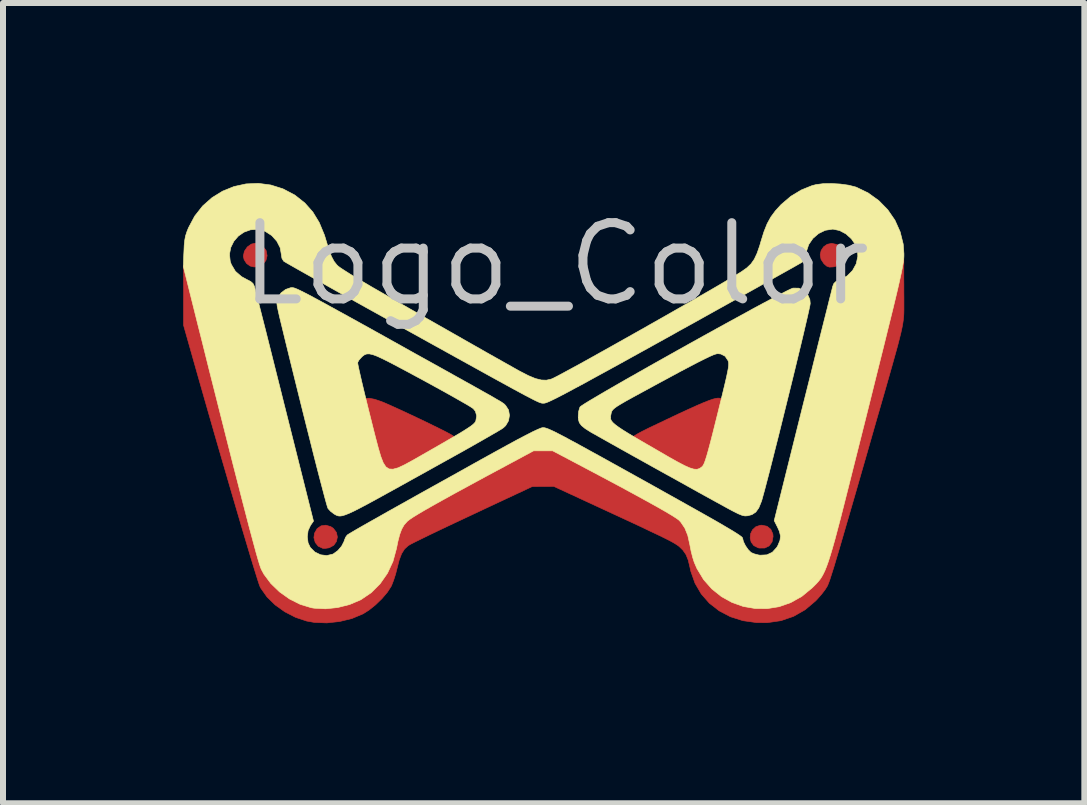
<source format=kicad_pcb>
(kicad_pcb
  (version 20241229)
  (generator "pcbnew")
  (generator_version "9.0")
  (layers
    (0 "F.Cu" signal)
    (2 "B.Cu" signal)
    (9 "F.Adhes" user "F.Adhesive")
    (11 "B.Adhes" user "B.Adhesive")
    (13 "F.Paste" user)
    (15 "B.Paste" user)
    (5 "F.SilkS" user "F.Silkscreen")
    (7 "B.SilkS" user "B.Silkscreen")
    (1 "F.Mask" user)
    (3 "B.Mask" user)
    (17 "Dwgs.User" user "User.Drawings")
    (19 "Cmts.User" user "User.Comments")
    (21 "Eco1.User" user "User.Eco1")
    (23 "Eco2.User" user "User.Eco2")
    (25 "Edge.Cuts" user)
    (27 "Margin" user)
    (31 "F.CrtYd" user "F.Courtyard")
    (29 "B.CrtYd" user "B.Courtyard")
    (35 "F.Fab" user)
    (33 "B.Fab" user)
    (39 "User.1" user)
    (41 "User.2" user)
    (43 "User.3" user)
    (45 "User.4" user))
  (footprint "Logo_Color"
    (layer "F.Cu")
    (at 5.999 3.71)
    (property "Reference" "Logo_Color" (at 0.21 -2.36 0) (layer "Dwgs.User") (effects (font (size 1.27 1.27) (thickness 0.15))))
    (attr through_hole)
    (fp_poly (pts (xy -4.727 -2.692) (xy -4.663 -2.648) (xy -4.618 -2.591) (xy -4.615 -2.585) (xy -4.599 -2.499) (xy -4.618 -2.422) (xy -4.665 -2.361) (xy -4.733 -2.322) (xy -4.815 -2.312) (xy -4.882 -2.328) (xy -4.941 -2.371) (xy -4.982 -2.435) (xy -4.995 -2.493) (xy -4.977 -2.574) (xy -4.929 -2.645) (xy -4.862 -2.693) (xy -4.792 -2.709) (xy -4.727 -2.692)) (stroke (width 0.01) (type solid)) (fill yes) (layer "F.Cu"))
    (fp_poly (pts (xy -3.538 2.014) (xy -3.494 2.044) (xy -3.444 2.111) (xy -3.428 2.187) (xy -3.444 2.262) (xy -3.489 2.325) (xy -3.562 2.365) (xy -3.567 2.367) (xy -3.627 2.376) (xy -3.672 2.375) (xy -3.747 2.34) (xy -3.797 2.278) (xy -3.819 2.198) (xy -3.809 2.124) (xy -3.765 2.047) (xy -3.699 2.001) (xy -3.621 1.99) (xy -3.538 2.014)) (stroke (width 0.01) (type solid)) (fill yes) (layer "F.Cu"))
    (fp_poly (pts (xy 3.73 2.008) (xy 3.793 2.059) (xy 3.827 2.136) (xy 3.831 2.179) (xy 3.814 2.269) (xy 3.765 2.335) (xy 3.693 2.37) (xy 3.603 2.371) (xy 3.583 2.367) (xy 3.51 2.33) (xy 3.466 2.272) (xy 3.449 2.203) (xy 3.457 2.131) (xy 3.489 2.066) (xy 3.544 2.016) (xy 3.62 1.991) (xy 3.645 1.99) (xy 3.73 2.008)) (stroke (width 0.01) (type solid)) (fill yes) (layer "F.Cu"))
    (fp_poly (pts (xy 4.89 -2.688) (xy 4.905 -2.68) (xy 4.972 -2.624) (xy 5.005 -2.548) (xy 5 -2.46) (xy 4.996 -2.448) (xy 4.965 -2.378) (xy 4.919 -2.337) (xy 4.847 -2.316) (xy 4.828 -2.313) (xy 4.768 -2.31) (xy 4.725 -2.326) (xy 4.679 -2.366) (xy 4.63 -2.439) (xy 4.616 -2.515) (xy 4.632 -2.587) (xy 4.673 -2.648) (xy 4.733 -2.69) (xy 4.807 -2.705) (xy 4.89 -2.688)) (stroke (width 0.01) (type solid)) (fill yes) (layer "F.Cu"))
    (fp_poly (pts (xy -2.808 -0.108) (xy -2.695 -0.07) (xy -2.634 -0.045) (xy -2.519 0.006) (xy -2.389 0.065) (xy -2.251 0.129) (xy -2.109 0.196) (xy -1.97 0.262) (xy -1.839 0.326) (xy -1.721 0.384) (xy -1.622 0.434) (xy -1.549 0.473) (xy -1.506 0.498) (xy -1.498 0.504) (xy -1.476 0.54) (xy -1.477 0.564) (xy -1.499 0.581) (xy -1.553 0.615) (xy -1.632 0.664) (xy -1.734 0.725) (xy -1.851 0.794) (xy -1.943 0.847) (xy -2.104 0.939) (xy -2.234 1.009) (xy -2.337 1.061) (xy -2.419 1.096) (xy -2.484 1.114) (xy -2.536 1.119) (xy -2.581 1.111) (xy -2.623 1.091) (xy -2.638 1.082) (xy -2.695 1.028) (xy -2.737 0.944) (xy -2.74 0.935) (xy -2.762 0.862) (xy -2.79 0.764) (xy -2.821 0.649) (xy -2.853 0.523) (xy -2.886 0.392) (xy -2.917 0.264) (xy -2.944 0.146) (xy -2.967 0.043) (xy -2.983 -0.036) (xy -2.991 -0.085) (xy -2.991 -0.097) (xy -2.96 -0.122) (xy -2.898 -0.125) (xy -2.808 -0.108)) (stroke (width 0.01) (type solid)) (fill yes) (layer "F.Cu"))
    (fp_poly (pts (xy 2.973 -0.123) (xy 3.01 -0.112) (xy 3.015 -0.108) (xy 3.014 -0.082) (xy 3.003 -0.022) (xy 2.984 0.065) (xy 2.959 0.174) (xy 2.93 0.296) (xy 2.897 0.426) (xy 2.864 0.557) (xy 2.831 0.682) (xy 2.8 0.794) (xy 2.773 0.888) (xy 2.752 0.955) (xy 2.738 0.99) (xy 2.738 0.991) (xy 2.681 1.051) (xy 2.604 1.098) (xy 2.524 1.121) (xy 2.508 1.121) (xy 2.465 1.11) (xy 2.386 1.075) (xy 2.272 1.017) (xy 2.123 0.937) (xy 1.968 0.85) (xy 1.825 0.767) (xy 1.702 0.693) (xy 1.603 0.631) (xy 1.532 0.583) (xy 1.492 0.552) (xy 1.485 0.542) (xy 1.492 0.525) (xy 1.519 0.501) (xy 1.572 0.469) (xy 1.653 0.425) (xy 1.767 0.368) (xy 1.845 0.331) (xy 2.074 0.222) (xy 2.268 0.13) (xy 2.431 0.055) (xy 2.564 -0.005) (xy 2.673 -0.052) (xy 2.759 -0.086) (xy 2.825 -0.109) (xy 2.875 -0.122) (xy 2.912 -0.127) (xy 2.916 -0.127) (xy 2.973 -0.123)) (stroke (width 0.01) (type solid)) (fill yes) (layer "F.Cu"))
    (fp_poly (pts (xy 6.009 -2.45) (xy 6.009 -2.25) (xy 6.009 -2.207) (xy 6.009 -2.169) (xy 6.009 -2.108) (xy 6.01 -2.02) (xy 6.01 -1.897) (xy 6.011 -1.809) (xy 6.011 -1.73) (xy 6.011 -1.661) (xy 6.011 -1.6) (xy 6.01 -1.544) (xy 6.007 -1.488) (xy 6.001 -1.431) (xy 5.992 -1.368) (xy 5.979 -1.298) (xy 5.961 -1.216) (xy 5.937 -1.12) (xy 5.908 -1.006) (xy 5.871 -0.873) (xy 5.827 -0.715) (xy 5.775 -0.531) (xy 5.714 -0.317) (xy 5.643 -0.07) (xy 5.561 0.213) (xy 5.513 0.381) (xy 5.405 0.759) (xy 5.307 1.099) (xy 5.22 1.402) (xy 5.142 1.671) (xy 5.073 1.908) (xy 5.013 2.114) (xy 4.961 2.293) (xy 4.916 2.446) (xy 4.877 2.576) (xy 4.845 2.684) (xy 4.817 2.772) (xy 4.794 2.844) (xy 4.776 2.901) (xy 4.76 2.944) (xy 4.747 2.977) (xy 4.737 3.001) (xy 4.736 3.003) (xy 4.699 3.062) (xy 4.642 3.137) (xy 4.573 3.216) (xy 4.54 3.251) (xy 4.365 3.399) (xy 4.172 3.509) (xy 3.962 3.581) (xy 3.734 3.614) (xy 3.557 3.613) (xy 3.329 3.581) (xy 3.12 3.515) (xy 2.932 3.416) (xy 2.769 3.289) (xy 2.634 3.135) (xy 2.53 2.956) (xy 2.46 2.757) (xy 2.447 2.697) (xy 2.418 2.574) (xy 2.381 2.481) (xy 2.329 2.406) (xy 2.274 2.352) (xy 2.253 2.334) (xy 2.225 2.315) (xy 2.19 2.293) (xy 2.143 2.266) (xy 2.082 2.234) (xy 2.004 2.195) (xy 1.905 2.147) (xy 1.784 2.09) (xy 1.638 2.02) (xy 1.462 1.938) (xy 1.255 1.842) (xy 1.013 1.73) (xy 0.92 1.687) (xy 0.179 1.344) (xy -0.001 1.345) (xy -0.181 1.346) (xy -0.615 1.549) (xy -0.944 1.703) (xy -1.235 1.84) (xy -1.489 1.959) (xy -1.706 2.062) (xy -1.886 2.148) (xy -2.029 2.218) (xy -2.137 2.271) (xy -2.209 2.308) (xy -2.246 2.33) (xy -2.248 2.331) (xy -2.309 2.387) (xy -2.358 2.465) (xy -2.398 2.57) (xy -2.432 2.703) (xy -2.458 2.805) (xy -2.491 2.907) (xy -2.523 2.99) (xy -2.532 3.009) (xy -2.595 3.107) (xy -2.685 3.213) (xy -2.791 3.316) (xy -2.902 3.405) (xy -3 3.467) (xy -3.186 3.545) (xy -3.392 3.595) (xy -3.604 3.618) (xy -3.811 3.61) (xy -3.94 3.587) (xy -4.126 3.525) (xy -4.304 3.433) (xy -4.464 3.319) (xy -4.6 3.186) (xy -4.702 3.042) (xy -4.716 3.016) (xy -4.729 2.982) (xy -4.753 2.91) (xy -4.786 2.804) (xy -4.829 2.665) (xy -4.88 2.497) (xy -4.938 2.303) (xy -5.003 2.085) (xy -5.073 1.847) (xy -5.148 1.591) (xy -5.227 1.321) (xy -5.309 1.039) (xy -5.394 0.748) (xy -5.48 0.451) (xy -5.566 0.151) (xy -5.652 -0.149) (xy -5.737 -0.447) (xy -5.781 -0.602) (xy -5.991 -1.342) (xy -5.991 -1.737) (xy -5.99 -1.892) (xy -5.991 -2.007) (xy -5.991 -2.08) (xy -5.991 -2.141) (xy -5.991 -2.17) (xy -5.991 -2.34) (xy -5.912 -2.163) (xy -5.904 -2.14) (xy -5.886 -2.08) (xy -5.859 -1.985) (xy -5.824 -1.857) (xy -5.783 -1.701) (xy -5.735 -1.518) (xy -5.682 -1.313) (xy -5.624 -1.088) (xy -5.563 -0.846) (xy -5.498 -0.59) (xy -5.454 -0.412) (xy -5.347 0.014) (xy -5.25 0.402) (xy -5.162 0.752) (xy -5.082 1.066) (xy -5.011 1.347) (xy -4.947 1.595) (xy -4.89 1.814) (xy -4.841 2.004) (xy -4.797 2.169) (xy -4.759 2.308) (xy -4.726 2.425) (xy -4.698 2.521) (xy -4.675 2.598) (xy -4.655 2.658) (xy -4.638 2.702) (xy -4.624 2.733) (xy -4.624 2.734) (xy -4.554 2.842) (xy -4.456 2.955) (xy -4.339 3.062) (xy -4.216 3.154) (xy -4.132 3.202) (xy -3.968 3.271) (xy -3.809 3.31) (xy -3.638 3.32) (xy -3.557 3.318) (xy -3.339 3.284) (xy -3.138 3.213) (xy -2.956 3.105) (xy -2.796 2.963) (xy -2.662 2.79) (xy -2.596 2.673) (xy -2.569 2.607) (xy -2.539 2.513) (xy -2.509 2.404) (xy -2.489 2.317) (xy -2.453 2.166) (xy -2.414 2.05) (xy -2.368 1.96) (xy -2.311 1.889) (xy -2.239 1.829) (xy -2.218 1.815) (xy -2.144 1.769) (xy -2.042 1.708) (xy -1.916 1.636) (xy -1.77 1.554) (xy -1.609 1.465) (xy -1.438 1.372) (xy -1.26 1.276) (xy -1.08 1.18) (xy -0.904 1.086) (xy -0.734 0.997) (xy -0.576 0.915) (xy -0.434 0.843) (xy -0.313 0.783) (xy -0.216 0.737) (xy -0.149 0.707) (xy -0.122 0.697) (xy -0.073 0.687) (xy -0.025 0.681) (xy 0.024 0.681) (xy 0.079 0.689) (xy 0.143 0.707) (xy 0.219 0.734) (xy 0.311 0.774) (xy 0.422 0.826) (xy 0.556 0.893) (xy 0.716 0.977) (xy 0.905 1.077) (xy 1.127 1.196) (xy 1.185 1.227) (xy 1.43 1.36) (xy 1.642 1.475) (xy 1.821 1.574) (xy 1.972 1.66) (xy 2.096 1.734) (xy 2.197 1.8) (xy 2.277 1.858) (xy 2.34 1.912) (xy 2.387 1.964) (xy 2.422 2.015) (xy 2.447 2.069) (xy 2.465 2.127) (xy 2.48 2.191) (xy 2.493 2.264) (xy 2.495 2.276) (xy 2.549 2.508) (xy 2.63 2.709) (xy 2.739 2.883) (xy 2.878 3.033) (xy 2.882 3.037) (xy 3.005 3.129) (xy 3.153 3.21) (xy 3.309 3.273) (xy 3.424 3.303) (xy 3.562 3.319) (xy 3.714 3.318) (xy 3.864 3.301) (xy 3.996 3.271) (xy 4.024 3.261) (xy 4.18 3.185) (xy 4.333 3.08) (xy 4.472 2.955) (xy 4.588 2.819) (xy 4.656 2.71) (xy 4.672 2.668) (xy 4.697 2.586) (xy 4.732 2.465) (xy 4.775 2.305) (xy 4.828 2.109) (xy 4.889 1.876) (xy 4.958 1.608) (xy 5.036 1.306) (xy 5.121 0.971) (xy 5.213 0.604) (xy 5.313 0.205) (xy 5.42 -0.224) (xy 5.533 -0.679) (xy 5.594 -0.925) (xy 5.653 -1.16) (xy 5.708 -1.379) (xy 5.758 -1.581) (xy 5.804 -1.761) (xy 5.843 -1.916) (xy 5.876 -2.043) (xy 5.901 -2.138) (xy 5.918 -2.199) (xy 5.925 -2.222) (xy 5.957 -2.239) (xy 5.977 -2.237)) (stroke (width 0.01) (type solid)) (fill yes) (layer "F.Cu"))
    (fp_poly (pts (xy -4.727 -2.692) (xy -4.663 -2.648) (xy -4.618 -2.591) (xy -4.615 -2.585) (xy -4.599 -2.499) (xy -4.618 -2.422) (xy -4.665 -2.361) (xy -4.733 -2.322) (xy -4.815 -2.312) (xy -4.882 -2.328) (xy -4.941 -2.371) (xy -4.982 -2.435) (xy -4.995 -2.493) (xy -4.977 -2.574) (xy -4.929 -2.645) (xy -4.862 -2.693) (xy -4.792 -2.709) (xy -4.727 -2.692)) (stroke (width 0.01) (type solid)) (fill yes) (layer "F.Mask"))
    (fp_poly (pts (xy -3.538 2.014) (xy -3.494 2.044) (xy -3.444 2.111) (xy -3.428 2.187) (xy -3.444 2.262) (xy -3.489 2.325) (xy -3.562 2.365) (xy -3.567 2.367) (xy -3.627 2.376) (xy -3.672 2.375) (xy -3.747 2.34) (xy -3.797 2.278) (xy -3.819 2.198) (xy -3.809 2.124) (xy -3.765 2.047) (xy -3.699 2.001) (xy -3.621 1.99) (xy -3.538 2.014)) (stroke (width 0.01) (type solid)) (fill yes) (layer "F.Mask"))
    (fp_poly (pts (xy 3.73 2.008) (xy 3.793 2.059) (xy 3.827 2.136) (xy 3.831 2.179) (xy 3.814 2.269) (xy 3.765 2.335) (xy 3.693 2.37) (xy 3.603 2.371) (xy 3.583 2.367) (xy 3.51 2.33) (xy 3.466 2.272) (xy 3.449 2.203) (xy 3.457 2.131) (xy 3.489 2.066) (xy 3.544 2.016) (xy 3.62 1.991) (xy 3.645 1.99) (xy 3.73 2.008)) (stroke (width 0.01) (type solid)) (fill yes) (layer "F.Mask"))
    (fp_poly (pts (xy 4.89 -2.688) (xy 4.905 -2.68) (xy 4.972 -2.624) (xy 5.005 -2.548) (xy 5 -2.46) (xy 4.996 -2.448) (xy 4.965 -2.378) (xy 4.919 -2.337) (xy 4.847 -2.316) (xy 4.828 -2.313) (xy 4.768 -2.31) (xy 4.725 -2.326) (xy 4.679 -2.366) (xy 4.63 -2.439) (xy 4.616 -2.515) (xy 4.632 -2.587) (xy 4.673 -2.648) (xy 4.733 -2.69) (xy 4.807 -2.705) (xy 4.89 -2.688)) (stroke (width 0.01) (type solid)) (fill yes) (layer "F.Mask"))
    (fp_poly (pts (xy -2.808 -0.108) (xy -2.695 -0.07) (xy -2.634 -0.045) (xy -2.519 0.006) (xy -2.389 0.065) (xy -2.251 0.129) (xy -2.109 0.196) (xy -1.97 0.262) (xy -1.839 0.326) (xy -1.721 0.384) (xy -1.622 0.434) (xy -1.549 0.473) (xy -1.506 0.498) (xy -1.498 0.504) (xy -1.476 0.54) (xy -1.477 0.564) (xy -1.499 0.581) (xy -1.553 0.615) (xy -1.632 0.664) (xy -1.734 0.725) (xy -1.851 0.794) (xy -1.943 0.847) (xy -2.104 0.939) (xy -2.234 1.009) (xy -2.337 1.061) (xy -2.419 1.096) (xy -2.484 1.114) (xy -2.536 1.119) (xy -2.581 1.111) (xy -2.623 1.091) (xy -2.638 1.082) (xy -2.695 1.028) (xy -2.737 0.944) (xy -2.74 0.935) (xy -2.762 0.862) (xy -2.79 0.764) (xy -2.821 0.649) (xy -2.853 0.523) (xy -2.886 0.392) (xy -2.917 0.264) (xy -2.944 0.146) (xy -2.967 0.043) (xy -2.983 -0.036) (xy -2.991 -0.085) (xy -2.991 -0.097) (xy -2.96 -0.122) (xy -2.898 -0.125) (xy -2.808 -0.108)) (stroke (width 0.01) (type solid)) (fill yes) (layer "F.Mask"))
    (fp_poly (pts (xy 2.973 -0.123) (xy 3.01 -0.112) (xy 3.015 -0.108) (xy 3.014 -0.082) (xy 3.003 -0.022) (xy 2.984 0.065) (xy 2.959 0.174) (xy 2.93 0.296) (xy 2.897 0.426) (xy 2.864 0.557) (xy 2.831 0.682) (xy 2.8 0.794) (xy 2.773 0.888) (xy 2.752 0.955) (xy 2.738 0.99) (xy 2.738 0.991) (xy 2.681 1.051) (xy 2.604 1.098) (xy 2.524 1.121) (xy 2.508 1.121) (xy 2.465 1.11) (xy 2.386 1.075) (xy 2.272 1.017) (xy 2.123 0.937) (xy 1.968 0.85) (xy 1.825 0.767) (xy 1.702 0.693) (xy 1.603 0.631) (xy 1.532 0.583) (xy 1.492 0.552) (xy 1.485 0.542) (xy 1.492 0.525) (xy 1.519 0.501) (xy 1.572 0.469) (xy 1.653 0.425) (xy 1.767 0.368) (xy 1.845 0.331) (xy 2.074 0.222) (xy 2.268 0.13) (xy 2.431 0.055) (xy 2.564 -0.005) (xy 2.673 -0.052) (xy 2.759 -0.086) (xy 2.825 -0.109) (xy 2.875 -0.122) (xy 2.912 -0.127) (xy 2.916 -0.127) (xy 2.973 -0.123)) (stroke (width 0.01) (type solid)) (fill yes) (layer "F.Mask"))
    (fp_poly (pts (xy 6.006 -1.951) (xy 6.008 -1.779) (xy 6.008 -1.643) (xy 6.007 -1.536) (xy 6.004 -1.452) (xy 5.998 -1.384) (xy 5.991 -1.326) (xy 5.98 -1.271) (xy 5.968 -1.222) (xy 5.955 -1.173) (xy 5.931 -1.087) (xy 5.898 -0.968) (xy 5.856 -0.818) (xy 5.806 -0.643) (xy 5.75 -0.446) (xy 5.688 -0.23) (xy 5.622 0.002) (xy 5.553 0.244) (xy 5.481 0.495) (xy 5.408 0.749) (xy 5.335 1.004) (xy 5.263 1.256) (xy 5.192 1.501) (xy 5.124 1.735) (xy 5.061 1.955) (xy 5.002 2.157) (xy 4.949 2.338) (xy 4.944 2.358) (xy 4.899 2.509) (xy 4.855 2.651) (xy 4.815 2.779) (xy 4.78 2.885) (xy 4.753 2.962) (xy 4.736 3.003) (xy 4.7 3.062) (xy 4.642 3.137) (xy 4.573 3.216) (xy 4.54 3.251) (xy 4.366 3.399) (xy 4.173 3.509) (xy 3.962 3.581) (xy 3.735 3.614) (xy 3.558 3.613) (xy 3.33 3.581) (xy 3.121 3.515) (xy 2.933 3.416) (xy 2.77 3.289) (xy 2.635 3.135) (xy 2.531 2.956) (xy 2.461 2.757) (xy 2.448 2.697) (xy 2.419 2.574) (xy 2.381 2.481) (xy 2.33 2.406) (xy 2.275 2.352) (xy 2.253 2.334) (xy 2.226 2.315) (xy 2.19 2.293) (xy 2.144 2.266) (xy 2.083 2.234) (xy 2.004 2.195) (xy 1.906 2.147) (xy 1.785 2.09) (xy 1.638 2.02) (xy 1.463 1.938) (xy 1.256 1.842) (xy 1.014 1.73) (xy 0.921 1.687) (xy 0.18 1.344) (xy 0 1.345) (xy -0.18 1.346) (xy -0.614 1.549) (xy -0.943 1.703) (xy -1.235 1.84) (xy -1.488 1.959) (xy -1.705 2.062) (xy -1.885 2.148) (xy -2.028 2.218) (xy -2.136 2.271) (xy -2.208 2.308) (xy -2.246 2.33) (xy -2.247 2.331) (xy -2.308 2.387) (xy -2.357 2.465) (xy -2.398 2.57) (xy -2.432 2.703) (xy -2.458 2.805) (xy -2.49 2.907) (xy -2.522 2.99) (xy -2.531 3.009) (xy -2.594 3.107) (xy -2.684 3.213) (xy -2.79 3.316) (xy -2.901 3.405) (xy -2.999 3.467) (xy -3.185 3.545) (xy -3.391 3.595) (xy -3.603 3.618) (xy -3.81 3.61) (xy -3.939 3.587) (xy -4.125 3.525) (xy -4.303 3.433) (xy -4.463 3.319) (xy -4.599 3.186) (xy -4.702 3.042) (xy -4.715 3.016) (xy -4.728 2.982) (xy -4.752 2.91) (xy -4.785 2.804) (xy -4.828 2.665) (xy -4.879 2.497) (xy -4.937 2.303) (xy -5.002 2.085) (xy -5.072 1.847) (xy -5.147 1.591) (xy -5.226 1.321) (xy -5.309 1.039) (xy -5.393 0.748) (xy -5.479 0.451) (xy -5.565 0.151) (xy -5.651 -0.149) (xy -5.736 -0.447) (xy -5.78 -0.602) (xy -5.99 -1.342) (xy -5.99 -1.882) (xy -5.989 -2.067) (xy -5.987 -2.211) (xy -5.983 -2.314) (xy -5.978 -2.377) (xy -5.971 -2.401) (xy -5.969 -2.4) (xy -5.961 -2.377) (xy -5.943 -2.315) (xy -5.917 -2.218) (xy -5.882 -2.088) (xy -5.84 -1.928) (xy -5.791 -1.74) (xy -5.736 -1.528) (xy -5.676 -1.293) (xy -5.611 -1.038) (xy -5.542 -0.767) (xy -5.47 -0.482) (xy -5.399 -0.2) (xy -5.296 0.207) (xy -5.204 0.575) (xy -5.121 0.906) (xy -5.046 1.202) (xy -4.979 1.465) (xy -4.92 1.698) (xy -4.867 1.903) (xy -4.82 2.081) (xy -4.779 2.234) (xy -4.742 2.366) (xy -4.71 2.477) (xy -4.68 2.571) (xy -4.654 2.648) (xy -4.63 2.712) (xy -4.607 2.764) (xy -4.586 2.806) (xy -4.564 2.84) (xy -4.542 2.87) (xy -4.52 2.895) (xy -4.495 2.92) (xy -4.468 2.945) (xy -4.439 2.973) (xy -4.424 2.987) (xy -4.253 3.13) (xy -4.07 3.233) (xy -3.874 3.296) (xy -3.663 3.32) (xy -3.556 3.318) (xy -3.339 3.284) (xy -3.137 3.213) (xy -2.955 3.105) (xy -2.796 2.963) (xy -2.661 2.79) (xy -2.595 2.673) (xy -2.568 2.607) (xy -2.538 2.513) (xy -2.508 2.404) (xy -2.488 2.317) (xy -2.452 2.166) (xy -2.413 2.05) (xy -2.368 1.96) (xy -2.311 1.889) (xy -2.238 1.829) (xy -2.218 1.815) (xy -2.144 1.769) (xy -2.041 1.708) (xy -1.915 1.636) (xy -1.769 1.554) (xy -1.608 1.465) (xy -1.437 1.372) (xy -1.259 1.276) (xy -1.08 1.18) (xy -0.903 1.086) (xy -0.733 0.997) (xy -0.575 0.915) (xy -0.434 0.843) (xy -0.312 0.783) (xy -0.216 0.737) (xy -0.148 0.707) (xy -0.121 0.697) (xy -0.072 0.687) (xy -0.025 0.681) (xy 0.025 0.681) (xy 0.08 0.689) (xy 0.144 0.707) (xy 0.22 0.734) (xy 0.312 0.774) (xy 0.423 0.826) (xy 0.557 0.893) (xy 0.717 0.977) (xy 0.906 1.077) (xy 1.128 1.196) (xy 1.185 1.227) (xy 1.431 1.36) (xy 1.642 1.475) (xy 1.822 1.574) (xy 1.973 1.66) (xy 2.097 1.734) (xy 2.198 1.8) (xy 2.278 1.858) (xy 2.341 1.912) (xy 2.388 1.964) (xy 2.423 2.015) (xy 2.448 2.069) (xy 2.466 2.127) (xy 2.48 2.191) (xy 2.493 2.264) (xy 2.496 2.276) (xy 2.55 2.508) (xy 2.631 2.709) (xy 2.74 2.883) (xy 2.879 3.033) (xy 2.883 3.037) (xy 3.006 3.129) (xy 3.154 3.21) (xy 3.31 3.273) (xy 3.425 3.303) (xy 3.562 3.319) (xy 3.715 3.318) (xy 3.865 3.301) (xy 3.996 3.271) (xy 4.024 3.261) (xy 4.18 3.186) (xy 4.332 3.082) (xy 4.471 2.958) (xy 4.586 2.822) (xy 4.656 2.711) (xy 4.673 2.667) (xy 4.699 2.582) (xy 4.735 2.456) (xy 4.781 2.29) (xy 4.836 2.083) (xy 4.9 1.837) (xy 4.974 1.551) (xy 5.057 1.226) (xy 5.149 0.861) (xy 5.251 0.457) (xy 5.361 0.015) (xy 5.48 -0.466) (xy 5.483 -0.476) (xy 5.546 -0.732) (xy 5.608 -0.981) (xy 5.668 -1.219) (xy 5.724 -1.443) (xy 5.776 -1.649) (xy 5.822 -1.832) (xy 5.862 -1.99) (xy 5.895 -2.117) (xy 5.919 -2.211) (xy 5.933 -2.263) (xy 6.012 -2.555) (xy 6.008 -1.965)) (stroke (width 0.01) (type solid)) (fill yes) (layer "F.Mask"))
    (fp_poly (pts (xy -4.168 -1.967) (xy -4.149 -1.963) (xy -4.124 -1.954) (xy -4.09 -1.94) (xy -4.046 -1.919) (xy -3.988 -1.89) (xy -3.915 -1.853) (xy -3.826 -1.805) (xy -3.716 -1.746) (xy -3.586 -1.675) (xy -3.432 -1.59) (xy -3.252 -1.491) (xy -3.044 -1.376) (xy -2.806 -1.244) (xy -2.537 -1.094) (xy -2.233 -0.924) (xy -2.138 -0.871) (xy -1.871 -0.723) (xy -1.639 -0.594) (xy -1.439 -0.482) (xy -1.268 -0.387) (xy -1.125 -0.307) (xy -1.006 -0.24) (xy -0.909 -0.186) (xy -0.832 -0.142) (xy -0.773 -0.107) (xy -0.727 -0.081) (xy -0.694 -0.061) (xy -0.671 -0.045) (xy -0.655 -0.034) (xy -0.644 -0.025) (xy -0.636 -0.016) (xy -0.627 -0.007) (xy -0.625 -0.005) (xy -0.576 0.071) (xy -0.561 0.16) (xy -0.577 0.251) (xy -0.624 0.331) (xy -0.662 0.367) (xy -0.699 0.392) (xy -0.768 0.433) (xy -0.87 0.492) (xy -1.004 0.569) (xy -1.173 0.665) (xy -1.375 0.779) (xy -1.613 0.911) (xy -1.886 1.063) (xy -2.196 1.235) (xy -2.381 1.338) (xy -2.597 1.457) (xy -2.778 1.557) (xy -2.929 1.639) (xy -3.054 1.705) (xy -3.154 1.756) (xy -3.234 1.793) (xy -3.297 1.818) (xy -3.346 1.833) (xy -3.385 1.838) (xy -3.416 1.835) (xy -3.444 1.825) (xy -3.472 1.81) (xy -3.486 1.801) (xy -3.541 1.759) (xy -3.582 1.714) (xy -3.585 1.71) (xy -3.595 1.682) (xy -3.614 1.616) (xy -3.642 1.514) (xy -3.677 1.381) (xy -3.72 1.218) (xy -3.769 1.029) (xy -3.823 0.817) (xy -3.881 0.585) (xy -3.944 0.336) (xy -4.01 0.072) (xy -4.078 -0.202) (xy -4.148 -0.485) (xy -4.205 -0.716) (xy -3.09 -0.716) (xy -3.085 -0.684) (xy -3.071 -0.616) (xy -3.049 -0.518) (xy -3.021 -0.396) (xy -2.987 -0.254) (xy -2.949 -0.098) (xy -2.909 0.066) (xy -2.867 0.233) (xy -2.826 0.397) (xy -2.792 0.53) (xy -2.745 0.708) (xy -2.704 0.847) (xy -2.664 0.95) (xy -2.62 1.018) (xy -2.567 1.053) (xy -2.501 1.057) (xy -2.416 1.034) (xy -2.308 0.983) (xy -2.172 0.909) (xy -2.058 0.844) (xy -1.85 0.725) (xy -1.676 0.625) (xy -1.533 0.542) (xy -1.417 0.474) (xy -1.326 0.419) (xy -1.257 0.375) (xy -1.205 0.34) (xy -1.169 0.312) (xy -1.145 0.289) (xy -1.13 0.27) (xy -1.122 0.254) (xy -1.107 0.17) (xy -1.128 0.093) (xy -1.164 0.048) (xy -1.198 0.025) (xy -1.266 -0.017) (xy -1.364 -0.073) (xy -1.487 -0.143) (xy -1.631 -0.224) (xy -1.793 -0.313) (xy -1.968 -0.409) (xy -2.153 -0.509) (xy -2.343 -0.611) (xy -2.381 -0.631) (xy -2.538 -0.714) (xy -2.663 -0.777) (xy -2.761 -0.823) (xy -2.836 -0.851) (xy -2.894 -0.864) (xy -2.939 -0.863) (xy -2.976 -0.849) (xy -3.01 -0.824) (xy -3.028 -0.806) (xy -3.068 -0.761) (xy -3.089 -0.723) (xy -3.09 -0.716) (xy -4.205 -0.716) (xy -4.219 -0.773) (xy -4.29 -1.063) (xy -4.36 -1.352) (xy -4.361 -1.355) (xy -4.393 -1.487) (xy -4.415 -1.585) (xy -4.43 -1.656) (xy -4.436 -1.706) (xy -4.436 -1.742) (xy -4.43 -1.772) (xy -4.419 -1.801) (xy -4.417 -1.804) (xy -4.366 -1.881) (xy -4.29 -1.938) (xy -4.205 -1.967) (xy -4.182 -1.968) (xy -4.168 -1.967)) (stroke (width 0.01) (type solid)) (fill yes) (layer "F.SilkS"))
    (fp_poly (pts (xy 4.259 -1.959) (xy 4.342 -1.922) (xy 4.406 -1.856) (xy 4.444 -1.769) (xy 4.45 -1.705) (xy 4.445 -1.671) (xy 4.43 -1.601) (xy 4.407 -1.497) (xy 4.376 -1.364) (xy 4.339 -1.205) (xy 4.296 -1.025) (xy 4.248 -0.827) (xy 4.197 -0.615) (xy 4.143 -0.394) (xy 4.087 -0.167) (xy 4.03 0.063) (xy 3.974 0.29) (xy 3.919 0.512) (xy 3.865 0.724) (xy 3.815 0.923) (xy 3.769 1.104) (xy 3.727 1.264) (xy 3.692 1.398) (xy 3.663 1.503) (xy 3.643 1.576) (xy 3.636 1.596) (xy 3.593 1.702) (xy 3.543 1.772) (xy 3.479 1.814) (xy 3.407 1.833) (xy 3.363 1.836) (xy 3.315 1.826) (xy 3.251 1.8) (xy 3.163 1.756) (xy 3.152 1.75) (xy 3.097 1.721) (xy 3.01 1.673) (xy 2.895 1.61) (xy 2.757 1.534) (xy 2.599 1.447) (xy 2.427 1.351) (xy 2.244 1.249) (xy 2.054 1.144) (xy 1.863 1.038) (xy 1.675 0.933) (xy 1.493 0.832) (xy 1.323 0.737) (xy 1.168 0.65) (xy 1.033 0.574) (xy 0.923 0.512) (xy 0.841 0.466) (xy 0.793 0.439) (xy 0.7 0.38) (xy 0.639 0.33) (xy 0.603 0.282) (xy 0.587 0.225) (xy 0.586 0.198) (xy 1.123 0.198) (xy 1.126 0.224) (xy 1.138 0.251) (xy 1.162 0.28) (xy 1.2 0.314) (xy 1.255 0.355) (xy 1.33 0.405) (xy 1.427 0.465) (xy 1.551 0.539) (xy 1.702 0.627) (xy 1.885 0.733) (xy 2.095 0.855) (xy 2.24 0.936) (xy 2.354 0.996) (xy 2.442 1.035) (xy 2.511 1.056) (xy 2.564 1.059) (xy 2.608 1.045) (xy 2.646 1.017) (xy 2.654 1.01) (xy 2.668 0.99) (xy 2.685 0.956) (xy 2.704 0.903) (xy 2.727 0.83) (xy 2.755 0.731) (xy 2.789 0.603) (xy 2.83 0.443) (xy 2.879 0.247) (xy 2.906 0.139) (xy 2.957 -0.068) (xy 2.998 -0.237) (xy 3.031 -0.374) (xy 3.056 -0.482) (xy 3.073 -0.564) (xy 3.085 -0.627) (xy 3.09 -0.672) (xy 3.091 -0.705) (xy 3.088 -0.729) (xy 3.082 -0.749) (xy 3.08 -0.753) (xy 3.032 -0.825) (xy 2.961 -0.862) (xy 2.908 -0.868) (xy 2.881 -0.863) (xy 2.837 -0.848) (xy 2.775 -0.821) (xy 2.69 -0.78) (xy 2.582 -0.726) (xy 2.448 -0.656) (xy 2.284 -0.57) (xy 2.09 -0.465) (xy 1.862 -0.342) (xy 1.789 -0.302) (xy 1.618 -0.209) (xy 1.48 -0.134) (xy 1.372 -0.074) (xy 1.29 -0.026) (xy 1.23 0.011) (xy 1.189 0.041) (xy 1.162 0.066) (xy 1.146 0.088) (xy 1.137 0.11) (xy 1.132 0.134) (xy 1.131 0.139) (xy 1.125 0.17) (xy 1.123 0.198) (xy 0.586 0.198) (xy 0.585 0.171) (xy 0.591 0.097) (xy 0.609 0.034) (xy 0.617 0.018) (xy 0.642 -0.001) (xy 0.7 -0.039) (xy 0.79 -0.094) (xy 0.907 -0.163) (xy 1.048 -0.246) (xy 1.211 -0.34) (xy 1.392 -0.444) (xy 1.588 -0.555) (xy 1.796 -0.673) (xy 2.012 -0.794) (xy 2.234 -0.919) (xy 2.458 -1.044) (xy 2.681 -1.168) (xy 2.9 -1.289) (xy 3.111 -1.405) (xy 3.313 -1.515) (xy 3.5 -1.618) (xy 3.671 -1.71) (xy 3.822 -1.79) (xy 3.95 -1.857) (xy 4.051 -1.909) (xy 4.123 -1.944) (xy 4.162 -1.96) (xy 4.165 -1.96) (xy 4.259 -1.959)) (stroke (width 0.01) (type solid)) (fill yes) (layer "F.SilkS"))
    (fp_poly (pts (xy -4.538 -3.678) (xy -4.335 -3.614) (xy -4.14 -3.512) (xy -4.129 -3.504) (xy -3.97 -3.378) (xy -3.838 -3.229) (xy -3.73 -3.052) (xy -3.643 -2.842) (xy -3.609 -2.73) (xy -3.567 -2.591) (xy -3.526 -2.486) (xy -3.484 -2.407) (xy -3.436 -2.346) (xy -3.415 -2.326) (xy -3.379 -2.299) (xy -3.312 -2.255) (xy -3.222 -2.198) (xy -3.115 -2.132) (xy -2.996 -2.062) (xy -2.963 -2.043) (xy -2.848 -1.975) (xy -2.705 -1.893) (xy -2.54 -1.798) (xy -2.357 -1.693) (xy -2.16 -1.581) (xy -1.955 -1.463) (xy -1.744 -1.343) (xy -1.533 -1.223) (xy -1.326 -1.105) (xy -1.127 -0.992) (xy -0.941 -0.886) (xy -0.772 -0.791) (xy -0.625 -0.708) (xy -0.504 -0.64) (xy -0.414 -0.589) (xy -0.386 -0.574) (xy -0.244 -0.501) (xy -0.128 -0.453) (xy -0.03 -0.429) (xy 0.055 -0.426) (xy 0.135 -0.444) (xy 0.171 -0.46) (xy 0.24 -0.495) (xy 0.339 -0.548) (xy 0.464 -0.616) (xy 0.613 -0.697) (xy 0.781 -0.79) (xy 0.965 -0.893) (xy 1.162 -1.003) (xy 1.368 -1.119) (xy 1.58 -1.238) (xy 1.795 -1.36) (xy 2.009 -1.481) (xy 2.219 -1.601) (xy 2.421 -1.716) (xy 2.612 -1.826) (xy 2.788 -1.927) (xy 2.946 -2.019) (xy 3.083 -2.1) (xy 3.195 -2.167) (xy 3.279 -2.218) (xy 3.306 -2.235) (xy 3.395 -2.298) (xy 3.463 -2.363) (xy 3.518 -2.441) (xy 3.564 -2.539) (xy 3.608 -2.665) (xy 3.628 -2.735) (xy 3.679 -2.899) (xy 3.732 -3.032) (xy 3.794 -3.145) (xy 3.87 -3.248) (xy 3.966 -3.353) (xy 3.969 -3.355) (xy 4.126 -3.489) (xy 4.301 -3.595) (xy 4.482 -3.668) (xy 4.549 -3.685) (xy 4.666 -3.7) (xy 4.805 -3.702) (xy 4.95 -3.694) (xy 5.088 -3.675) (xy 5.202 -3.646) (xy 5.218 -3.641) (xy 5.416 -3.545) (xy 5.592 -3.418) (xy 5.742 -3.265) (xy 5.862 -3.09) (xy 5.948 -2.898) (xy 5.999 -2.694) (xy 6.011 -2.532) (xy 6.011 -2.503) (xy 6.01 -2.473) (xy 6.007 -2.439) (xy 6.002 -2.4) (xy 5.995 -2.354) (xy 5.985 -2.298) (xy 5.971 -2.229) (xy 5.953 -2.147) (xy 5.931 -2.048) (xy 5.904 -1.93) (xy 5.871 -1.792) (xy 5.832 -1.63) (xy 5.786 -1.444) (xy 5.733 -1.23) (xy 5.673 -0.986) (xy 5.604 -0.711) (xy 5.527 -0.402) (xy 5.441 -0.056) (xy 5.345 0.328) (xy 5.321 0.423) (xy 5.23 0.785) (xy 5.149 1.107) (xy 5.077 1.394) (xy 5.013 1.647) (xy 4.957 1.868) (xy 4.906 2.061) (xy 4.862 2.227) (xy 4.822 2.368) (xy 4.786 2.489) (xy 4.754 2.59) (xy 4.724 2.674) (xy 4.696 2.744) (xy 4.669 2.801) (xy 4.642 2.85) (xy 4.615 2.891) (xy 4.586 2.927) (xy 4.555 2.962) (xy 4.521 2.996) (xy 4.484 3.033) (xy 4.479 3.037) (xy 4.309 3.177) (xy 4.125 3.28) (xy 3.931 3.348) (xy 3.732 3.38) (xy 3.532 3.378) (xy 3.335 3.344) (xy 3.146 3.277) (xy 2.971 3.18) (xy 2.812 3.053) (xy 2.674 2.897) (xy 2.563 2.713) (xy 2.517 2.607) (xy 2.491 2.525) (xy 2.465 2.422) (xy 2.445 2.32) (xy 2.444 2.314) (xy 2.41 2.16) (xy 2.361 2.039) (xy 2.294 1.94) (xy 2.266 1.909) (xy 2.226 1.879) (xy 2.15 1.83) (xy 2.039 1.764) (xy 1.894 1.681) (xy 1.717 1.583) (xy 1.509 1.469) (xy 1.271 1.34) (xy 1.005 1.198) (xy 0.712 1.043) (xy 0.656 1.013) (xy 0.159 0.751) (xy -0.159 0.751) (xy -0.646 1.013) (xy -0.95 1.176) (xy -1.219 1.322) (xy -1.453 1.449) (xy -1.654 1.56) (xy -1.824 1.655) (xy -1.965 1.735) (xy -2.077 1.801) (xy -2.163 1.854) (xy -2.224 1.895) (xy -2.261 1.924) (xy -2.266 1.929) (xy -2.317 1.987) (xy -2.357 2.057) (xy -2.39 2.146) (xy -2.42 2.262) (xy -2.444 2.381) (xy -2.502 2.594) (xy -2.593 2.79) (xy -2.715 2.965) (xy -2.862 3.113) (xy -3.031 3.228) (xy -3.041 3.234) (xy -3.225 3.312) (xy -3.423 3.362) (xy -3.624 3.383) (xy -3.815 3.373) (xy -3.863 3.365) (xy -4.047 3.309) (xy -4.226 3.219) (xy -4.392 3.101) (xy -4.536 2.962) (xy -4.651 2.808) (xy -4.696 2.725) (xy -4.709 2.692) (xy -4.727 2.638) (xy -4.75 2.561) (xy -4.779 2.461) (xy -4.813 2.335) (xy -4.854 2.183) (xy -4.902 2.004) (xy -4.956 1.795) (xy -5.018 1.556) (xy -5.087 1.286) (xy -5.165 0.983) (xy -5.25 0.646) (xy -5.344 0.274) (xy -5.447 -0.135) (xy -5.56 -0.582) (xy -5.681 -1.068) (xy -5.748 -1.333) (xy -5.994 -2.318) (xy -5.987 -2.524) (xy -5.226 -2.524) (xy -5.213 -2.405) (xy -5.195 -2.354) (xy -5.127 -2.24) (xy -5.024 -2.151) (xy -4.938 -2.104) (xy -4.872 -2.07) (xy -4.834 -2.037) (xy -4.812 -1.993) (xy -4.806 -1.975) (xy -4.798 -1.943) (xy -4.78 -1.873) (xy -4.753 -1.768) (xy -4.719 -1.631) (xy -4.677 -1.465) (xy -4.628 -1.273) (xy -4.574 -1.058) (xy -4.515 -0.823) (xy -4.452 -0.571) (xy -4.385 -0.305) (xy -4.316 -0.028) (xy -4.305 0.015) (xy -3.826 1.923) (xy -3.876 1.994) (xy -3.916 2.08) (xy -3.929 2.183) (xy -3.916 2.284) (xy -3.879 2.362) (xy -3.803 2.437) (xy -3.708 2.483) (xy -3.606 2.496) (xy -3.507 2.473) (xy -3.494 2.467) (xy -3.42 2.413) (xy -3.357 2.339) (xy -3.317 2.261) (xy -3.313 2.246) (xy -3.291 2.191) (xy -3.264 2.154) (xy -3.243 2.14) (xy -3.198 2.113) (xy -3.127 2.071) (xy -3.03 2.015) (xy -2.905 1.944) (xy -2.752 1.858) (xy -2.569 1.754) (xy -2.354 1.634) (xy -2.108 1.496) (xy -1.828 1.34) (xy -1.513 1.165) (xy -1.164 0.97) (xy -1.037 0.899) (xy -0.798 0.767) (xy -0.594 0.655) (xy -0.423 0.562) (xy -0.283 0.489) (xy -0.174 0.433) (xy -0.092 0.395) (xy -0.037 0.372) (xy -0.011 0.365) (xy 0.006 0.365) (xy 0.026 0.367) (xy 0.051 0.374) (xy 0.085 0.386) (xy 0.128 0.405) (xy 0.185 0.431) (xy 0.257 0.468) (xy 0.346 0.514) (xy 0.455 0.573) (xy 0.587 0.644) (xy 0.743 0.73) (xy 0.927 0.831) (xy 1.14 0.949) (xy 1.385 1.085) (xy 1.664 1.24) (xy 1.699 1.259) (xy 1.99 1.422) (xy 2.246 1.565) (xy 2.469 1.69) (xy 2.661 1.798) (xy 2.824 1.89) (xy 2.96 1.968) (xy 3.07 2.033) (xy 3.158 2.085) (xy 3.225 2.127) (xy 3.273 2.159) (xy 3.304 2.182) (xy 3.32 2.198) (xy 3.323 2.206) (xy 3.337 2.263) (xy 3.371 2.332) (xy 3.417 2.398) (xy 3.463 2.444) (xy 3.466 2.446) (xy 3.518 2.468) (xy 3.588 2.486) (xy 3.615 2.49) (xy 3.727 2.484) (xy 3.819 2.441) (xy 3.892 2.361) (xy 3.911 2.328) (xy 3.946 2.243) (xy 3.955 2.17) (xy 3.936 2.092) (xy 3.904 2.021) (xy 3.85 1.914) (xy 4.327 -0.001) (xy 4.397 -0.279) (xy 4.464 -0.547) (xy 4.527 -0.802) (xy 4.586 -1.039) (xy 4.641 -1.258) (xy 4.69 -1.453) (xy 4.733 -1.623) (xy 4.768 -1.765) (xy 4.796 -1.874) (xy 4.815 -1.95) (xy 4.824 -1.987) (xy 4.825 -1.99) (xy 4.844 -2.037) (xy 4.876 -2.068) (xy 4.933 -2.095) (xy 4.95 -2.101) (xy 5.065 -2.163) (xy 5.155 -2.253) (xy 5.216 -2.364) (xy 5.243 -2.489) (xy 5.239 -2.576) (xy 5.204 -2.683) (xy 5.136 -2.781) (xy 5.045 -2.863) (xy 4.94 -2.919) (xy 4.831 -2.942) (xy 4.821 -2.942) (xy 4.7 -2.923) (xy 4.589 -2.869) (xy 4.495 -2.788) (xy 4.425 -2.686) (xy 4.387 -2.572) (xy 4.382 -2.515) (xy 4.373 -2.452) (xy 4.339 -2.409) (xy 4.323 -2.397) (xy 4.297 -2.381) (xy 4.237 -2.347) (xy 4.144 -2.294) (xy 4.022 -2.226) (xy 3.872 -2.142) (xy 3.697 -2.044) (xy 3.5 -1.934) (xy 3.283 -1.813) (xy 3.048 -1.682) (xy 2.798 -1.543) (xy 2.535 -1.396) (xy 2.261 -1.245) (xy 2.18 -1.199) (xy 1.85 -1.016) (xy 1.555 -0.853) (xy 1.293 -0.708) (xy 1.062 -0.581) (xy 0.86 -0.471) (xy 0.686 -0.375) (xy 0.536 -0.295) (xy 0.41 -0.227) (xy 0.305 -0.172) (xy 0.22 -0.128) (xy 0.152 -0.095) (xy 0.099 -0.07) (xy 0.06 -0.054) (xy 0.032 -0.045) (xy 0.014 -0.042) (xy 0.013 -0.042) (xy 0.001 -0.042) (xy -0.009 -0.042) (xy -0.021 -0.043) (xy -0.036 -0.047) (xy -0.056 -0.053) (xy -0.082 -0.064) (xy -0.117 -0.08) (xy -0.162 -0.102) (xy -0.219 -0.132) (xy -0.291 -0.169) (xy -0.378 -0.216) (xy -0.482 -0.272) (xy -0.606 -0.34) (xy -0.752 -0.42) (xy -0.921 -0.513) (xy -1.114 -0.62) (xy -1.335 -0.742) (xy -1.584 -0.88) (xy -1.864 -1.035) (xy -2.176 -1.208) (xy -2.523 -1.4) (xy -2.72 -1.509) (xy -2.958 -1.641) (xy -3.186 -1.768) (xy -3.402 -1.888) (xy -3.601 -2) (xy -3.782 -2.101) (xy -3.942 -2.191) (xy -4.077 -2.267) (xy -4.186 -2.329) (xy -4.265 -2.374) (xy -4.312 -2.402) (xy -4.323 -2.409) (xy -4.352 -2.457) (xy -4.361 -2.517) (xy -4.381 -2.632) (xy -4.437 -2.741) (xy -4.521 -2.835) (xy -4.626 -2.903) (xy -4.64 -2.909) (xy -4.76 -2.939) (xy -4.876 -2.931) (xy -4.984 -2.892) (xy -5.078 -2.827) (xy -5.153 -2.74) (xy -5.204 -2.637) (xy -5.226 -2.524) (xy -5.987 -2.524) (xy -5.985 -2.561) (xy -5.98 -2.675) (xy -5.971 -2.759) (xy -5.958 -2.829) (xy -5.936 -2.897) (xy -5.909 -2.965) (xy -5.805 -3.16) (xy -5.673 -3.328) (xy -5.516 -3.467) (xy -5.341 -3.575) (xy -5.151 -3.652) (xy -4.95 -3.696) (xy -4.744 -3.705) (xy -4.538 -3.678)) (stroke (width 0.01) (type solid)) (fill yes) (layer "F.SilkS")))
  (gr_rect
    (start -3 -3)
    (end 15.016 10.333)
    (stroke (width 0.1) (type default))
    (fill no)
    (layer "Edge.Cuts")))
</source>
